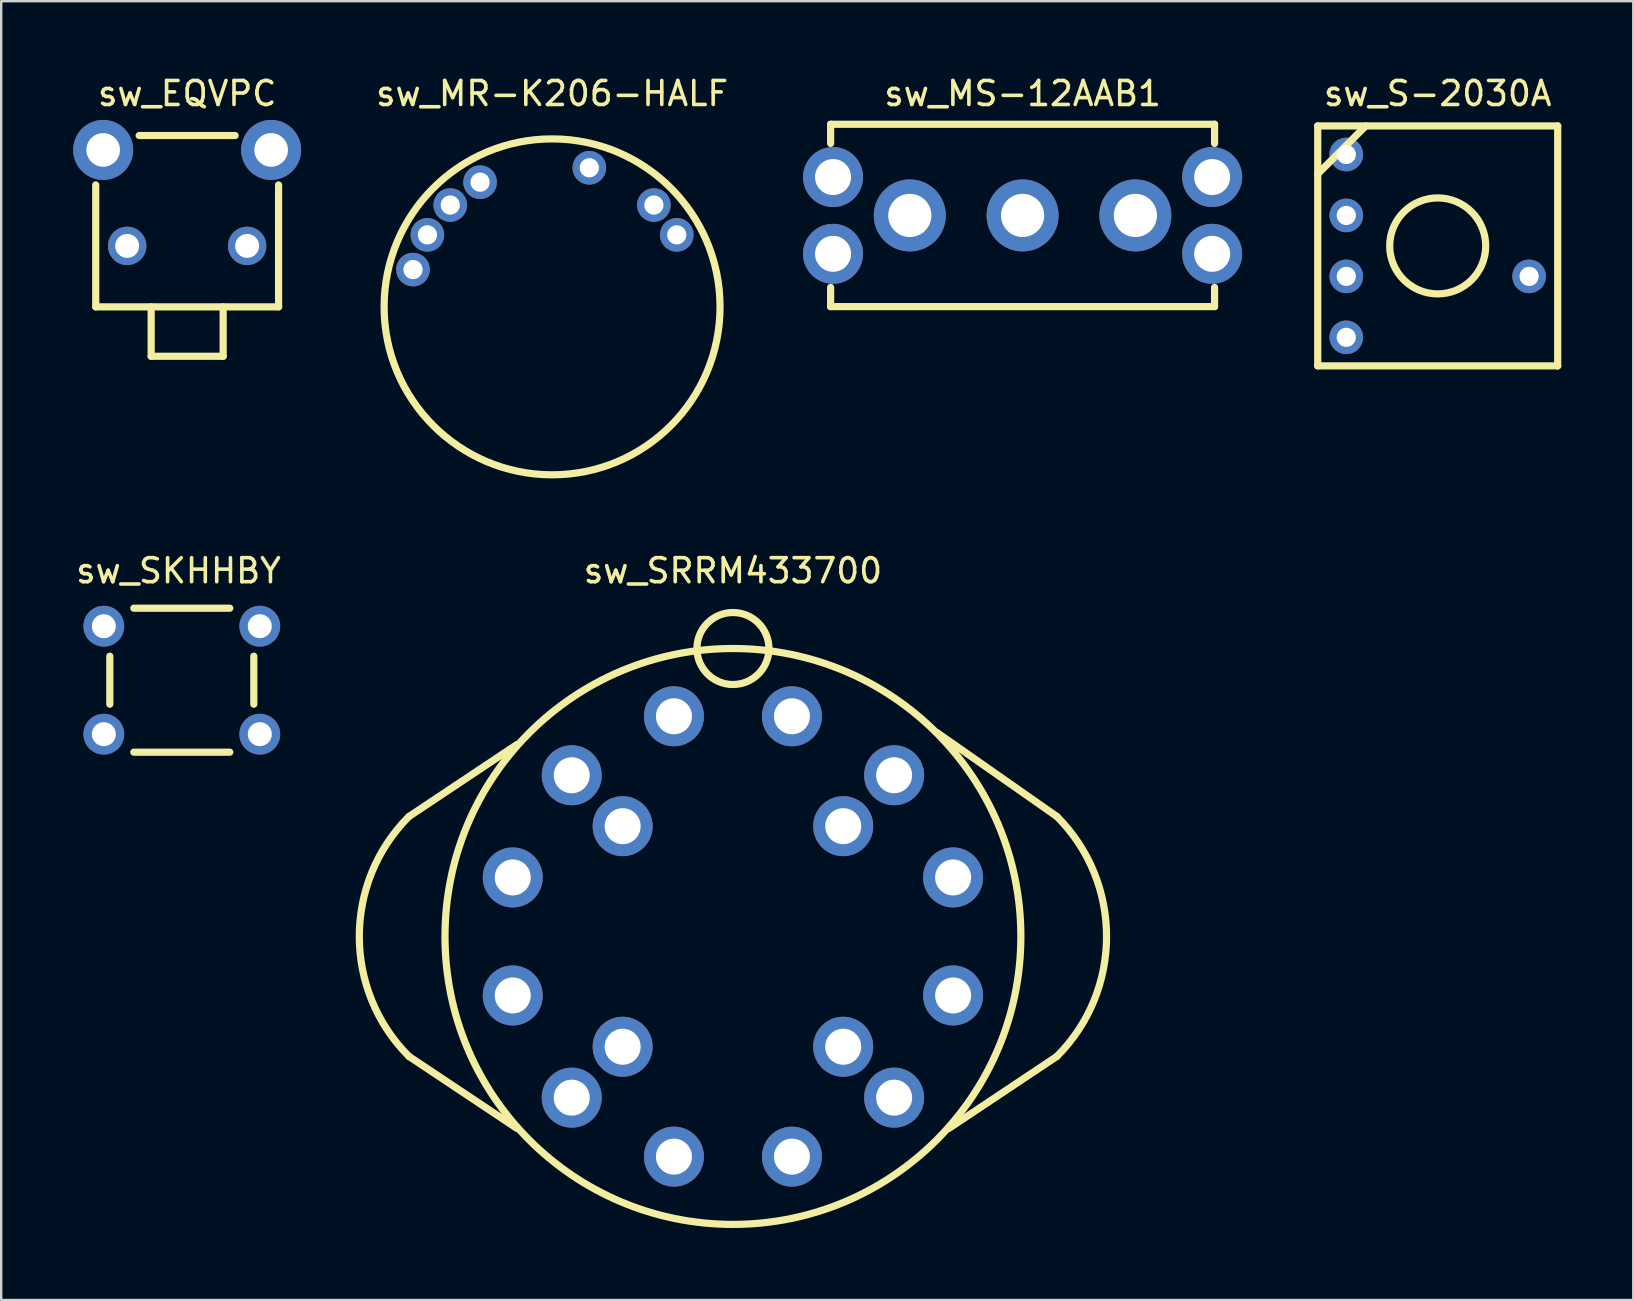
<source format=kicad_pcb>
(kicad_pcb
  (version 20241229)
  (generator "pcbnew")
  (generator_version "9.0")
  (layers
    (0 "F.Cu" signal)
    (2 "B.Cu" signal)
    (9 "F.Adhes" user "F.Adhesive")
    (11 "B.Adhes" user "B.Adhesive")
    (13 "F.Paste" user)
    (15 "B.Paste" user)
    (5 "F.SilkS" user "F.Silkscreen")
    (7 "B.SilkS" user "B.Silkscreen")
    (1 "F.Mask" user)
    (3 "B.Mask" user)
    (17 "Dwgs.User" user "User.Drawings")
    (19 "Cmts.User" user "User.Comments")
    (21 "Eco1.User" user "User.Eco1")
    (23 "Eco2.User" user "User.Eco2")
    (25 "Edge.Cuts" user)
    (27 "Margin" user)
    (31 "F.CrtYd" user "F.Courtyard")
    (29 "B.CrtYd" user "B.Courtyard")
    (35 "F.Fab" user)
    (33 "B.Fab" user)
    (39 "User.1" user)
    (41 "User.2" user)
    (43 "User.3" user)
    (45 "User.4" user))
  (footprint "sw_MR-K206-HALF"
    (layer "F.Cu")
    (at 19.958 9.738)
    (property "Reference" "sw_MR-K206-HALF" (at 0 -8.89 0) (layer "F.SilkS") (effects (font (size 1 1) (thickness 0.15))))
    (attr through_hole)
    (fp_circle (center 0 0) (end 7 0) (stroke (width 0.3) (type solid)) (fill no) (layer "F.SilkS"))
    (pad "1" thru_hole circle (at -5.796 -1.553) (size 1.4 1.4) (drill 0.8) (layers "*.Cu" "*.Mask"))
    (pad "2" thru_hole circle (at -5.196 -3) (size 1.4 1.4) (drill 0.8) (layers "*.Cu" "*.Mask"))
    (pad "3" thru_hole circle (at -4.243 -4.243) (size 1.4 1.4) (drill 0.8) (layers "*.Cu" "*.Mask"))
    (pad "4" thru_hole circle (at -3 -5.196) (size 1.4 1.4) (drill 0.8) (layers "*.Cu" "*.Mask"))
    (pad "5" thru_hole circle (at 1.553 -5.796) (size 1.4 1.4) (drill 0.8) (layers "*.Cu" "*.Mask"))
    (pad "6" thru_hole circle (at 4.243 -4.243) (size 1.4 1.4) (drill 0.8) (layers "*.Cu" "*.Mask"))
    (pad "7" thru_hole circle (at 5.196 -3) (size 1.4 1.4) (drill 0.8) (layers "*.Cu" "*.Mask")))
  (footprint "sw_MS-12AAB1"
    (layer "F.Cu")
    (at 39.567 5.928)
    (property "Reference" "sw_MS-12AAB1" (at 0 -5.08 0) (layer "F.SilkS") (effects (font (size 1 1) (thickness 0.15))))
    (attr through_hole)
    (fp_line (start -8 -3) (end -8 -3.8) (stroke (width 0.3) (type solid)) (layer "F.SilkS"))
    (fp_line (start -8 3) (end -8 3.8) (stroke (width 0.3) (type solid)) (layer "F.SilkS"))
    (fp_line (start -8 3.8) (end 8 3.8) (stroke (width 0.3) (type solid)) (layer "F.SilkS"))
    (fp_line (start 8 -3.8) (end -8 -3.8) (stroke (width 0.3) (type solid)) (layer "F.SilkS"))
    (fp_line (start 8 -3) (end 8 -3.8) (stroke (width 0.3) (type solid)) (layer "F.SilkS"))
    (fp_line (start 8 3.8) (end 8 3) (stroke (width 0.3) (type solid)) (layer "F.SilkS"))
    (pad "1" thru_hole circle (at -4.7 0) (size 3 3) (drill 1.8) (layers "*.Cu" "*.Mask"))
    (pad "2" thru_hole circle (at 0 0) (size 3 3) (drill 1.8) (layers "*.Cu" "*.Mask"))
    (pad "3" thru_hole circle (at 4.7 0) (size 3 3) (drill 1.8) (layers "*.Cu" "*.Mask"))
    (pad "4" thru_hole circle (at -7.9 -1.6) (size 2.5 2.5) (drill 1.5) (layers "*.Cu" "*.Mask"))
    (pad "5" thru_hole circle (at -7.9 1.6) (size 2.5 2.5) (drill 1.5) (layers "*.Cu" "*.Mask"))
    (pad "6" thru_hole circle (at 7.9 -1.6) (size 2.5 2.5) (drill 1.5) (layers "*.Cu" "*.Mask"))
    (pad "7" thru_hole circle (at 7.9 1.6) (size 2.5 2.5) (drill 1.5) (layers "*.Cu" "*.Mask")))
  (footprint "sw_S-2030A"
    (layer "F.Cu")
    (at 56.867 7.198)
    (property "Reference" "sw_S-2030A" (at 0 -6.35 0) (layer "F.SilkS") (effects (font (size 1 1) (thickness 0.15))))
    (attr through_hole)
    (fp_line (start -5 -5) (end -5 5) (stroke (width 0.3) (type solid)) (layer "F.SilkS"))
    (fp_line (start -5 -3) (end -3 -5) (stroke (width 0.3) (type solid)) (layer "F.SilkS"))
    (fp_line (start -5 5) (end 5 5) (stroke (width 0.3) (type solid)) (layer "F.SilkS"))
    (fp_line (start 5 -5) (end -5 -5) (stroke (width 0.3) (type solid)) (layer "F.SilkS"))
    (fp_line (start 5 5) (end 5 -5) (stroke (width 0.3) (type solid)) (layer "F.SilkS"))
    (fp_circle (center 0 0) (end 2 0) (stroke (width 0.3) (type solid)) (fill no) (layer "F.SilkS"))
    (pad "1" thru_hole circle (at -3.81 3.81) (size 1.4 1.4) (drill 0.8) (layers "*.Cu" "*.Mask"))
    (pad "2" thru_hole circle (at -3.81 1.27) (size 1.4 1.4) (drill 0.8) (layers "*.Cu" "*.Mask"))
    (pad "4" thru_hole circle (at -3.81 -1.27) (size 1.4 1.4) (drill 0.8) (layers "*.Cu" "*.Mask"))
    (pad "8" thru_hole circle (at -3.81 -3.81) (size 1.4 1.4) (drill 0.8) (layers "*.Cu" "*.Mask"))
    (pad "9" thru_hole circle (at 3.81 1.27) (size 1.4 1.4) (drill 0.8) (layers "*.Cu" "*.Mask")))
  (footprint "sw_SRRM433700"
    (layer "F.Cu")
    (at 27.495 35.977)
    (property "Reference" "sw_SRRM433700" (at 0 -15.24 0) (layer "F.SilkS") (effects (font (size 1 1) (thickness 0.15))))
    (attr through_hole)
    (fp_line (start -13.5 -5) (end -9 -8) (stroke (width 0.3) (type solid)) (layer "F.SilkS"))
    (fp_line (start -13.5 5) (end -9 8) (stroke (width 0.3) (type solid)) (layer "F.SilkS"))
    (fp_line (start 13.5 -5) (end 8.5 -8.5) (stroke (width 0.3) (type solid)) (layer "F.SilkS"))
    (fp_line (start 13.5 5) (end 9 8) (stroke (width 0.3) (type solid)) (layer "F.SilkS"))
    (fp_arc (start -13.5 5) (mid -15.571068 0) (end -13.5 -5) (stroke (width 0.3) (type solid)) (layer "F.SilkS"))
    (fp_arc (start 13.5 -5) (mid 15.571068 0) (end 13.5 5) (stroke (width 0.3) (type solid)) (layer "F.SilkS"))
    (fp_circle (center 0 -12) (end 1.5 -12) (stroke (width 0.3) (type solid)) (fill no) (layer "F.SilkS"))
    (fp_circle (center 0 0) (end 12 0) (stroke (width 0.3) (type solid)) (fill no) (layer "F.SilkS"))
    (pad "1" thru_hole circle (at -9.176 -2.459) (size 2.5 2.5) (drill 1.5) (layers "*.Cu" "*.Mask"))
    (pad "2" thru_hole circle (at -6.718 -6.718) (size 2.5 2.5) (drill 1.5) (layers "*.Cu" "*.Mask"))
    (pad "3" thru_hole circle (at -2.459 -9.176) (size 2.5 2.5) (drill 1.5) (layers "*.Cu" "*.Mask"))
    (pad "4" thru_hole circle (at 2.459 -9.176) (size 2.5 2.5) (drill 1.5) (layers "*.Cu" "*.Mask"))
    (pad "5" thru_hole circle (at 6.718 -6.718) (size 2.5 2.5) (drill 1.5) (layers "*.Cu" "*.Mask"))
    (pad "6" thru_hole circle (at 9.176 -2.459) (size 2.5 2.5) (drill 1.5) (layers "*.Cu" "*.Mask"))
    (pad "7" thru_hole circle (at 9.176 2.459) (size 2.5 2.5) (drill 1.5) (layers "*.Cu" "*.Mask"))
    (pad "8" thru_hole circle (at 6.718 6.718) (size 2.5 2.5) (drill 1.5) (layers "*.Cu" "*.Mask"))
    (pad "9" thru_hole circle (at 2.459 9.176) (size 2.5 2.5) (drill 1.5) (layers "*.Cu" "*.Mask"))
    (pad "10" thru_hole circle (at -2.459 9.176) (size 2.5 2.5) (drill 1.5) (layers "*.Cu" "*.Mask"))
    (pad "11" thru_hole circle (at -6.718 6.718) (size 2.5 2.5) (drill 1.5) (layers "*.Cu" "*.Mask"))
    (pad "12" thru_hole circle (at -9.176 2.459) (size 2.5 2.5) (drill 1.5) (layers "*.Cu" "*.Mask"))
    (pad "13" thru_hole circle (at -4.596 -4.596) (size 2.5 2.5) (drill 1.5) (layers "*.Cu" "*.Mask"))
    (pad "14" thru_hole circle (at 4.596 -4.596) (size 2.5 2.5) (drill 1.5) (layers "*.Cu" "*.Mask"))
    (pad "15" thru_hole circle (at 4.596 4.596) (size 2.5 2.5) (drill 1.5) (layers "*.Cu" "*.Mask"))
    (pad "16" thru_hole circle (at -4.596 4.596) (size 2.5 2.5) (drill 1.5) (layers "*.Cu" "*.Mask")))
  (footprint "sw_SKHHBY"
    (layer "F.Cu")
    (at 4.527 25.297)
    (property "Reference" "sw_SKHHBY" (at -0.14 -4.56 0) (layer "F.SilkS") (effects (font (size 1 1) (thickness 0.15))))
    (attr through_hole)
    (fp_line (start -3 1) (end -3 -1) (stroke (width 0.3) (type solid)) (layer "F.SilkS"))
    (fp_line (start -2 -3) (end 2 -3) (stroke (width 0.3) (type solid)) (layer "F.SilkS"))
    (fp_line (start -2 3) (end 2 3) (stroke (width 0.3) (type solid)) (layer "F.SilkS"))
    (fp_line (start 3 1) (end 3 -1) (stroke (width 0.3) (type solid)) (layer "F.SilkS"))
    (pad "1" thru_hole circle (at -3.25 -2.25) (size 1.7 1.7) (drill 1) (layers "*.Cu" "*.Mask"))
    (pad "2" thru_hole circle (at 3.25 -2.25) (size 1.7 1.7) (drill 1) (layers "*.Cu" "*.Mask"))
    (pad "3" thru_hole circle (at -3.25 2.25) (size 1.7 1.7) (drill 1) (layers "*.Cu" "*.Mask"))
    (pad "4" thru_hole circle (at 3.25 2.25) (size 1.7 1.7) (drill 1) (layers "*.Cu" "*.Mask")))
  (footprint "sw_EQVPC"
    (layer "F.Cu")
    (at 4.75 7.198)
    (property "Reference" "sw_EQVPC" (at 0 -6.35 0) (layer "F.SilkS") (effects (font (size 1 1) (thickness 0.15))))
    (attr through_hole)
    (fp_line (start -3.81 -2.54) (end -3.81 2.54) (stroke (width 0.3) (type solid)) (layer "F.SilkS"))
    (fp_line (start -3.81 2.54) (end 3.81 2.54) (stroke (width 0.3) (type solid)) (layer "F.SilkS"))
    (fp_line (start -2 -4.6) (end 2 -4.6) (stroke (width 0.3) (type solid)) (layer "F.SilkS"))
    (fp_line (start -1.5 4.6) (end -1.5 2.54) (stroke (width 0.3) (type solid)) (layer "F.SilkS"))
    (fp_line (start -1.5 4.6) (end 1.5 4.6) (stroke (width 0.3) (type solid)) (layer "F.SilkS"))
    (fp_line (start 1.5 4.6) (end 1.5 2.54) (stroke (width 0.3) (type solid)) (layer "F.SilkS"))
    (fp_line (start 3.81 -2.54) (end 3.81 2.54) (stroke (width 0.3) (type solid)) (layer "F.SilkS"))
    (pad "1" thru_hole circle (at -2.5 0) (size 1.6 1.6) (drill 1) (layers "*.Cu" "*.Mask"))
    (pad "2" thru_hole circle (at 2.5 0) (size 1.6 1.6) (drill 1) (layers "*.Cu" "*.Mask"))
    (pad "3" thru_hole circle (at -3.5 -4) (size 2.5 2.5) (drill 1.4) (layers "*.Cu" "*.Mask"))
    (pad "4" thru_hole circle (at 3.5 -4) (size 2.5 2.5) (drill 1.4) (layers "*.Cu" "*.Mask")))
  (gr_rect
    (start -3 -3)
    (end 65.017 51.127)
    (stroke (width 0.1) (type default))
    (fill no)
    (layer "Edge.Cuts")))
</source>
